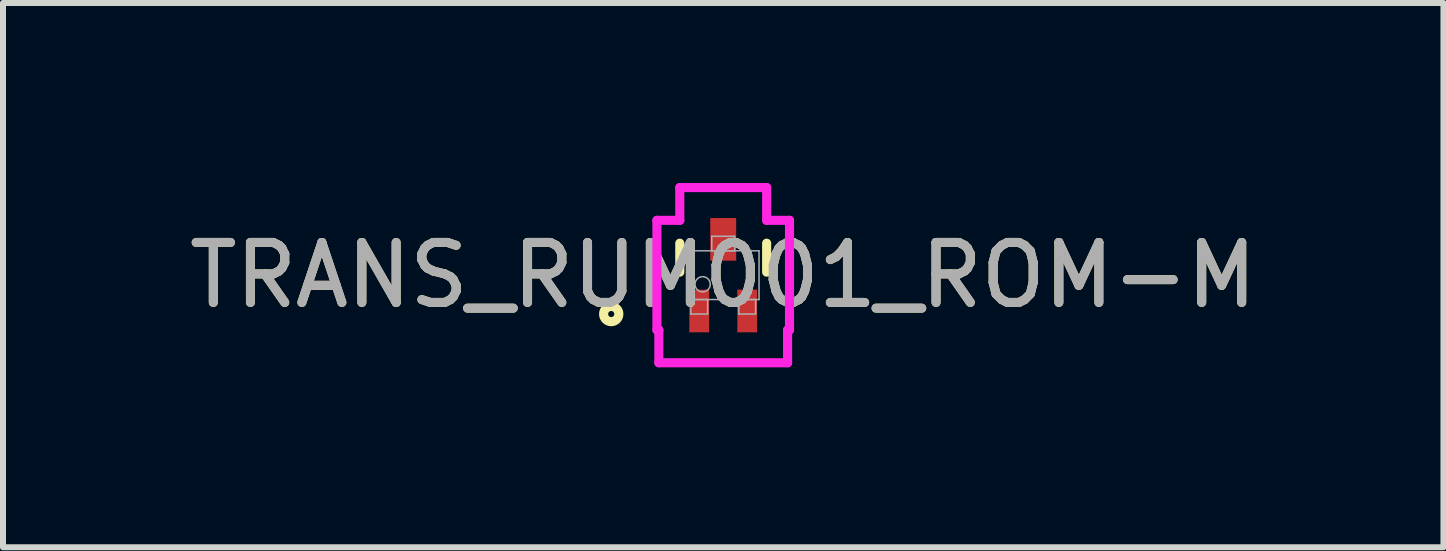
<source format=kicad_pcb>
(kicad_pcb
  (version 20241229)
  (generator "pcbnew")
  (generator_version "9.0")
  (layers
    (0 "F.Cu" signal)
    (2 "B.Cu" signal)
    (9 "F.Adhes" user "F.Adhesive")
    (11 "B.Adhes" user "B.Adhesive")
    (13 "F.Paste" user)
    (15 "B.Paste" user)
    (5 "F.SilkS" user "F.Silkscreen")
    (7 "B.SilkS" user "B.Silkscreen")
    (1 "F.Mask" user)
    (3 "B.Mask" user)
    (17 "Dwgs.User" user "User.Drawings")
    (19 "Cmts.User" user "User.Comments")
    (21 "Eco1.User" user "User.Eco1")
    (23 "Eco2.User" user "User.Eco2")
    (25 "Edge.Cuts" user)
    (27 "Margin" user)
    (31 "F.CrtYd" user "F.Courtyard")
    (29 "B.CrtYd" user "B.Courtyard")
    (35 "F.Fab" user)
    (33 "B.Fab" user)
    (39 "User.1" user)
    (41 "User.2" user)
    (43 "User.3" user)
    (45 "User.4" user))
  (footprint "TRANS_RUM001_ROM-M"
    (layer "F.Cu")
    (at 9.006 1.537)
    (property "Reference" "TRANS_RUM001_ROM-M" (at 0 0 0) (unlocked yes) (layer "F.SilkS") (effects (font (size 1 1) (thickness 0.15))))
    (attr smd)
    (fp_line (start -0.724 -0.533) (end -0.724 -0.051) (stroke (width 0.152) (type solid)) (layer "F.SilkS"))
    (fp_line (start 0.724 -0.051) (end 0.724 -0.533) (stroke (width 0.152) (type solid)) (layer "F.SilkS"))
    (fp_circle (center -1.867 0.648) (end -1.74 0.648) (stroke (width 0.152) (type solid)) (fill no) (layer "F.SilkS"))
    (fp_line (start -1.105 -0.914) (end -0.724 -0.914) (stroke (width 0.152) (type solid)) (layer "F.CrtYd"))
    (fp_line (start -1.105 0.914) (end -1.105 -0.914) (stroke (width 0.152) (type solid)) (layer "F.CrtYd"))
    (fp_line (start -1.105 0.914) (end -1.073 0.914) (stroke (width 0.152) (type solid)) (layer "F.CrtYd"))
    (fp_line (start -1.073 0.914) (end -1.073 1.46) (stroke (width 0.152) (type solid)) (layer "F.CrtYd"))
    (fp_line (start -1.073 1.46) (end 1.073 1.46) (stroke (width 0.152) (type solid)) (layer "F.CrtYd"))
    (fp_line (start -0.724 -1.46) (end 0.724 -1.46) (stroke (width 0.152) (type solid)) (layer "F.CrtYd"))
    (fp_line (start -0.724 -0.914) (end -0.724 -1.46) (stroke (width 0.152) (type solid)) (layer "F.CrtYd"))
    (fp_line (start 0.724 -0.914) (end 0.724 -1.46) (stroke (width 0.152) (type solid)) (layer "F.CrtYd"))
    (fp_line (start 1.073 0.914) (end 1.073 1.46) (stroke (width 0.152) (type solid)) (layer "F.CrtYd"))
    (fp_line (start 1.105 -0.914) (end 0.724 -0.914) (stroke (width 0.152) (type solid)) (layer "F.CrtYd"))
    (fp_line (start 1.105 -0.914) (end 1.105 0.914) (stroke (width 0.152) (type solid)) (layer "F.CrtYd"))
    (fp_line (start 1.105 0.914) (end 1.073 0.914) (stroke (width 0.152) (type solid)) (layer "F.CrtYd"))
    (fp_line (start -0.597 -0.406) (end -0.597 0.406) (stroke (width 0.025) (type solid)) (layer "F.Fab"))
    (fp_line (start -0.597 0.406) (end 0.597 0.406) (stroke (width 0.025) (type solid)) (layer "F.Fab"))
    (fp_line (start -0.54 0.406) (end -0.54 0.648) (stroke (width 0.025) (type solid)) (layer "F.Fab"))
    (fp_line (start -0.54 0.648) (end -0.26 0.648) (stroke (width 0.025) (type solid)) (layer "F.Fab"))
    (fp_line (start -0.26 0.406) (end -0.54 0.406) (stroke (width 0.025) (type solid)) (layer "F.Fab"))
    (fp_line (start -0.26 0.648) (end -0.26 0.406) (stroke (width 0.025) (type solid)) (layer "F.Fab"))
    (fp_line (start -0.191 -0.648) (end -0.191 -0.406) (stroke (width 0.025) (type solid)) (layer "F.Fab"))
    (fp_line (start -0.191 -0.406) (end 0.191 -0.406) (stroke (width 0.025) (type solid)) (layer "F.Fab"))
    (fp_line (start 0.191 -0.648) (end -0.191 -0.648) (stroke (width 0.025) (type solid)) (layer "F.Fab"))
    (fp_line (start 0.191 -0.406) (end 0.191 -0.648) (stroke (width 0.025) (type solid)) (layer "F.Fab"))
    (fp_line (start 0.26 0.406) (end 0.26 0.648) (stroke (width 0.025) (type solid)) (layer "F.Fab"))
    (fp_line (start 0.26 0.648) (end 0.54 0.648) (stroke (width 0.025) (type solid)) (layer "F.Fab"))
    (fp_line (start 0.54 0.406) (end 0.26 0.406) (stroke (width 0.025) (type solid)) (layer "F.Fab"))
    (fp_line (start 0.54 0.648) (end 0.54 0.406) (stroke (width 0.025) (type solid)) (layer "F.Fab"))
    (fp_line (start 0.597 -0.406) (end -0.597 -0.406) (stroke (width 0.025) (type solid)) (layer "F.Fab"))
    (fp_line (start 0.597 0.406) (end 0.597 -0.406) (stroke (width 0.025) (type solid)) (layer "F.Fab"))
    (fp_circle (center -0.343 0.152) (end -0.216 0.152) (stroke (width 0.025) (type solid)) (fill no) (layer "F.Fab"))
    (fp_text user "${REFERENCE}" (at 0 0 0) (unlocked yes) (layer "F.Fab") (effects (font (size 1 1) (thickness 0.15))))
    (pad "1" smd rect (at -0.4 0.597) (size 0.33 0.711) (layers "F.Cu" "F.Mask" "F.Paste"))
    (pad "2" smd rect (at 0.4 0.597) (size 0.33 0.711) (layers "F.Cu" "F.Mask" "F.Paste"))
    (pad "3" smd rect (at 0 -0.597) (size 0.432 0.711) (layers "F.Cu" "F.Mask" "F.Paste")))
  (gr_rect
    (start -3 -3)
    (end 21.012 6.073)
    (stroke (width 0.1) (type default))
    (fill no)
    (layer "Edge.Cuts")))
</source>
